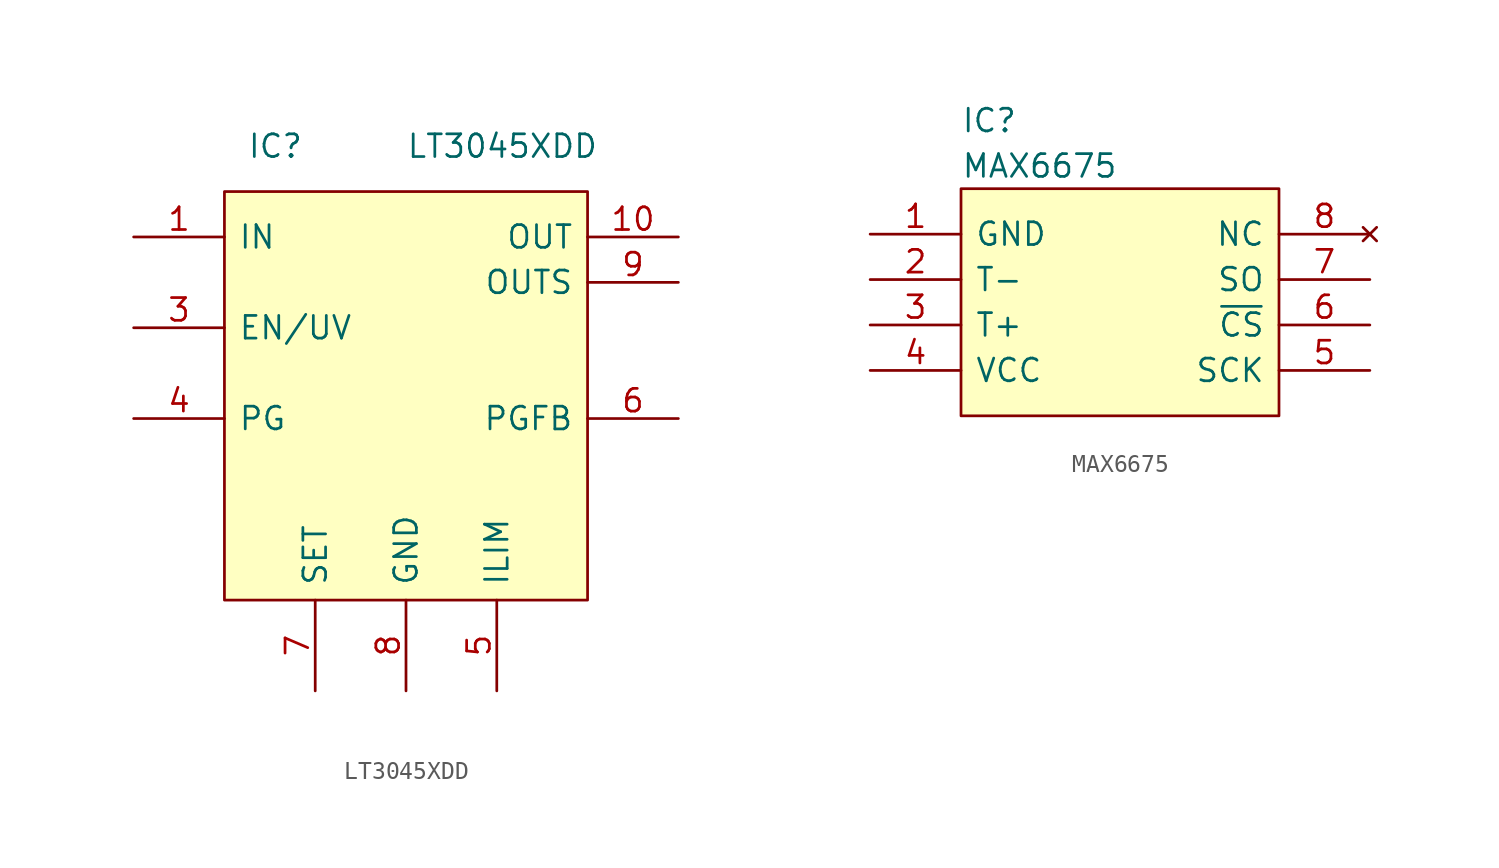
<source format=kicad_sym>
(kicad_symbol_lib
  (version 20220914)
  (generator kicad_symbol_editor)
  (symbol "LT3045XDD"
    (pin_names
      (offset 0.762))
    (property "Reference" "IC"
      (at -8.89 13.97 0)
      (effects (font (size 1.27 1.27)) (justify left)))
    (property "Value" "LT3045XDD"
      (at 0 13.97 0)
      (effects (font (size 1.27 1.27)) (justify left)))
    (symbol "LT3045XDD_1_0"
      (pin power_in line (at -15.24 8.89 0) (length 5.08) (name "IN" (effects (font (size 1.27 1.27)))) (number "1" (effects (font (size 1.27 1.27)))))
      (pin power_out line (at 15.24 8.89 180) (length 5.08) (name "OUT" (effects (font (size 1.27 1.27)))) (number "10" (effects (font (size 1.27 1.27)))))
      (pin power_in line (at 0 -16.51 90) (length 5.08) hide (name "GND" (effects (font (size 1.27 1.27)))) (number "11" (effects (font (size 1.27 1.27)))))
      (pin power_in line (at -15.24 8.89 0) (length 5.08) hide (name "IN" (effects (font (size 1.27 1.27)))) (number "2" (effects (font (size 1.27 1.27)))))
      (pin input line (at -15.24 3.81 0) (length 5.08) (name "EN/UV" (effects (font (size 1.27 1.27)))) (number "3" (effects (font (size 1.27 1.27)))))
      (pin output line (at -15.24 -1.27 0) (length 5.08) (name "PG" (effects (font (size 1.27 1.27)))) (number "4" (effects (font (size 1.27 1.27)))))
      (pin input line (at 5.08 -16.51 90) (length 5.08) (name "ILIM" (effects (font (size 1.27 1.27)))) (number "5" (effects (font (size 1.27 1.27)))))
      (pin input line (at 15.24 -1.27 180) (length 5.08) (name "PGFB" (effects (font (size 1.27 1.27)))) (number "6" (effects (font (size 1.27 1.27)))))
      (pin input line (at -5.08 -16.51 90) (length 5.08) (name "SET" (effects (font (size 1.27 1.27)))) (number "7" (effects (font (size 1.27 1.27)))))
      (pin power_in line (at 0 -16.51 90) (length 5.08) (name "GND" (effects (font (size 1.27 1.27)))) (number "8" (effects (font (size 1.27 1.27)))))
      (pin input line (at 15.24 6.35 180) (length 5.08) (name "OUTS" (effects (font (size 1.27 1.27)))) (number "9" (effects (font (size 1.27 1.27))))))
    (symbol "LT3045XDD_1_1"
      (rectangle (start -10.16 11.43) (end 10.16 -11.43) (stroke (width 0) (type default)) (fill (type background)))))
  (symbol "MAX6675"
    (pin_names
      (offset 0.762))
    (property "Reference" "IC"
      (at -8.89 10.16 0)
      (effects (font (size 1.27 1.27)) (justify left)))
    (property "Value" "MAX6675"
      (at -8.89 7.62 0)
      (effects (font (size 1.27 1.27)) (justify left)))
    (symbol "MAX6675_1_0"
      (pin power_in line (at -13.97 3.81 0) (length 5.08) (name "GND" (effects (font (size 1.27 1.27)))) (number "1" (effects (font (size 1.27 1.27)))))
      (pin input line (at -13.97 1.27 0) (length 5.08) (name "T-" (effects (font (size 1.27 1.27)))) (number "2" (effects (font (size 1.27 1.27)))))
      (pin input line (at -13.97 -1.27 0) (length 5.08) (name "T+" (effects (font (size 1.27 1.27)))) (number "3" (effects (font (size 1.27 1.27)))))
      (pin power_in line (at -13.97 -3.81 0) (length 5.08) (name "VCC" (effects (font (size 1.27 1.27)))) (number "4" (effects (font (size 1.27 1.27)))))
      (pin input line (at 13.97 -3.81 180) (length 5.08) (name "SCK" (effects (font (size 1.27 1.27)))) (number "5" (effects (font (size 1.27 1.27)))))
      (pin input line (at 13.97 -1.27 180) (length 5.08) (name "~{CS}" (effects (font (size 1.27 1.27)))) (number "6" (effects (font (size 1.27 1.27)))))
      (pin output line (at 13.97 1.27 180) (length 5.08) (name "SO" (effects (font (size 1.27 1.27)))) (number "7" (effects (font (size 1.27 1.27)))))
      (pin no_connect line (at 13.97 3.81 180) (length 5.08) (name "NC" (effects (font (size 1.27 1.27)))) (number "8" (effects (font (size 1.27 1.27))))))
    (symbol "MAX6675_1_1"
      (rectangle (start -8.89 6.35) (end 8.89 -6.35) (stroke (width 0) (type default)) (fill (type background))))))
</source>
